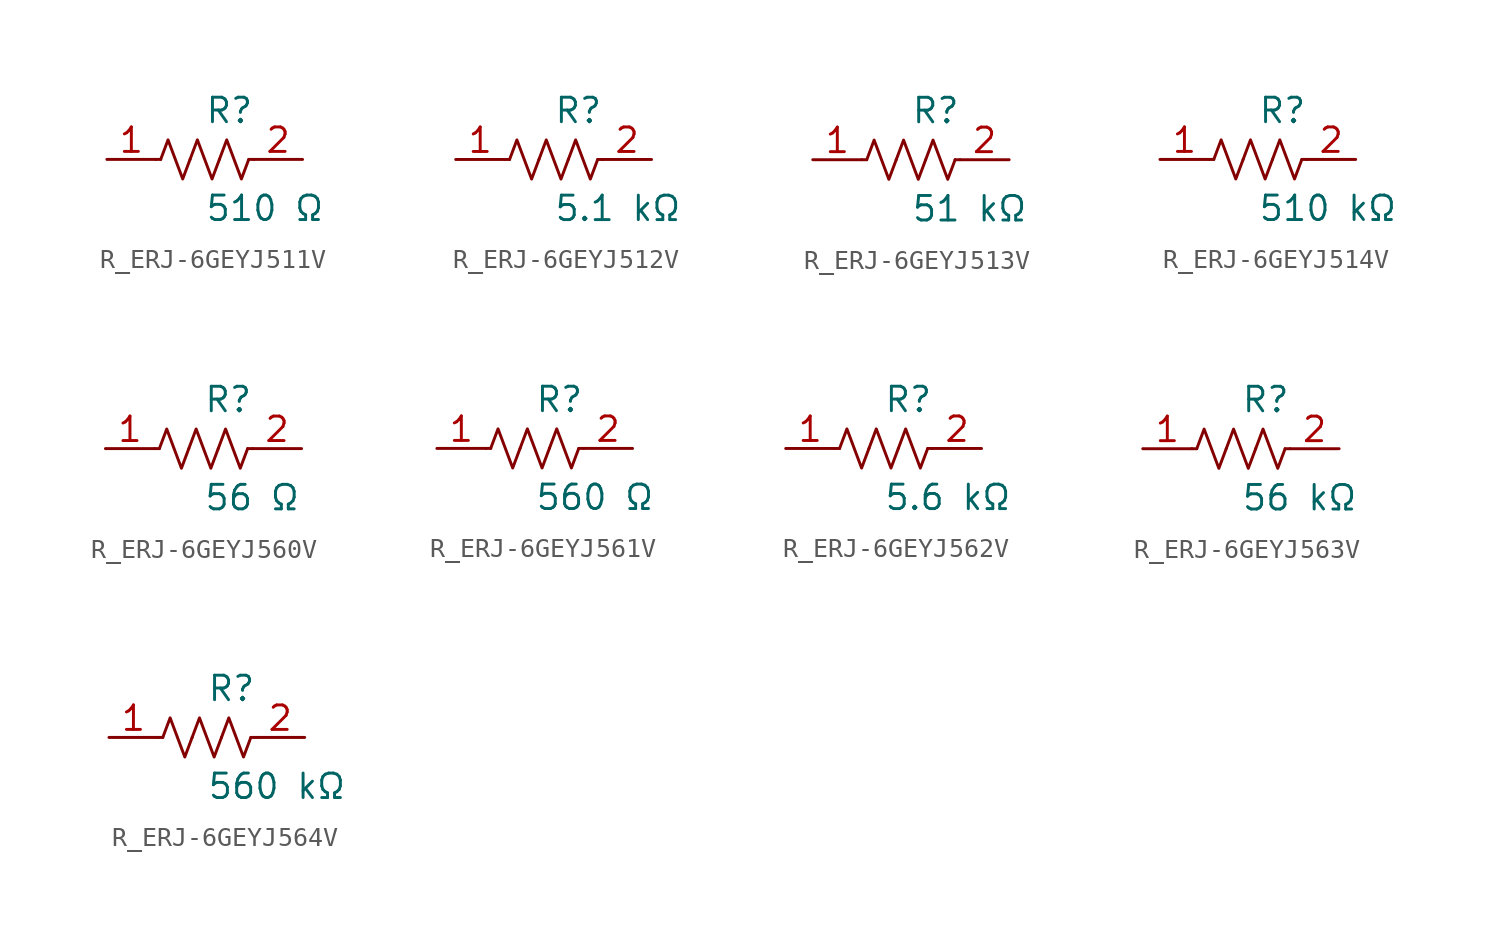
<source format=kicad_sym>
(kicad_symbol_lib
  (version 20231120)
  (generator kicad_symbol_editor)
  (generator_version 8.0)
  (symbol "R_ERJ-6GEYJ511V"
    (pin_names
      (offset 0.254))
    (property "Reference" "R"
      (at 0 2.54 0)
      (effects (font (size 1.27 1.27)) (justify left)))
    (property "Value" "510 Ω"
      (at 0 -2.54 0)
      (effects (font (size 1.27 1.27)) (justify left)))
    (symbol "R_ERJ-6GEYJ511V_0_1"
      (polyline (pts (xy 2.286 0) (xy 2.54 0)) (stroke (width 0) (type default)) (fill (type none)))
      (polyline (pts (xy -2.286 0) (xy -2.54 0)) (stroke (width 0) (type default)) (fill (type none)))
      (polyline (pts (xy 0.762 0) (xy 1.143 1.016) (xy 1.524 0) (xy 1.905 -1.016) (xy 2.286 0)) (stroke (width 0) (type default)) (fill (type none)))
      (polyline (pts (xy -0.762 0) (xy -0.381 1.016) (xy 0 0) (xy 0.381 -1.016) (xy 0.762 0)) (stroke (width 0) (type default)) (fill (type none)))
      (polyline (pts (xy -2.286 0) (xy -1.905 1.016) (xy -1.524 0) (xy -1.143 -1.016) (xy -0.762 0)) (stroke (width 0) (type default)) (fill (type none))))
    (pin passive line
      (at -5.08 0 0)
      (length 2.54)
      (name "" (effects (font (size 1.27 1.27))))
      (number "1" (effects (font (size 1.27 1.27)))))
    (pin passive line
      (at 5.08 0 180)
      (length 2.54)
      (name "" (effects (font (size 1.27 1.27))))
      (number "2" (effects (font (size 1.27 1.27))))))
  (symbol "R_ERJ-6GEYJ512V"
    (pin_names
      (offset 0.254))
    (property "Reference" "R"
      (at 0 2.54 0)
      (effects (font (size 1.27 1.27)) (justify left)))
    (property "Value" "5.1 kΩ"
      (at 0 -2.54 0)
      (effects (font (size 1.27 1.27)) (justify left)))
    (symbol "R_ERJ-6GEYJ512V_0_1"
      (polyline (pts (xy 2.286 0) (xy 2.54 0)) (stroke (width 0) (type default)) (fill (type none)))
      (polyline (pts (xy -2.286 0) (xy -2.54 0)) (stroke (width 0) (type default)) (fill (type none)))
      (polyline (pts (xy 0.762 0) (xy 1.143 1.016) (xy 1.524 0) (xy 1.905 -1.016) (xy 2.286 0)) (stroke (width 0) (type default)) (fill (type none)))
      (polyline (pts (xy -0.762 0) (xy -0.381 1.016) (xy 0 0) (xy 0.381 -1.016) (xy 0.762 0)) (stroke (width 0) (type default)) (fill (type none)))
      (polyline (pts (xy -2.286 0) (xy -1.905 1.016) (xy -1.524 0) (xy -1.143 -1.016) (xy -0.762 0)) (stroke (width 0) (type default)) (fill (type none))))
    (pin passive line
      (at -5.08 0 0)
      (length 2.54)
      (name "" (effects (font (size 1.27 1.27))))
      (number "1" (effects (font (size 1.27 1.27)))))
    (pin passive line
      (at 5.08 0 180)
      (length 2.54)
      (name "" (effects (font (size 1.27 1.27))))
      (number "2" (effects (font (size 1.27 1.27))))))
  (symbol "R_ERJ-6GEYJ513V"
    (pin_names
      (offset 0.254))
    (property "Reference" "R"
      (at 0 2.54 0)
      (effects (font (size 1.27 1.27)) (justify left)))
    (property "Value" "51 kΩ"
      (at 0 -2.54 0)
      (effects (font (size 1.27 1.27)) (justify left)))
    (symbol "R_ERJ-6GEYJ513V_0_1"
      (polyline (pts (xy 2.286 0) (xy 2.54 0)) (stroke (width 0) (type default)) (fill (type none)))
      (polyline (pts (xy -2.286 0) (xy -2.54 0)) (stroke (width 0) (type default)) (fill (type none)))
      (polyline (pts (xy 0.762 0) (xy 1.143 1.016) (xy 1.524 0) (xy 1.905 -1.016) (xy 2.286 0)) (stroke (width 0) (type default)) (fill (type none)))
      (polyline (pts (xy -0.762 0) (xy -0.381 1.016) (xy 0 0) (xy 0.381 -1.016) (xy 0.762 0)) (stroke (width 0) (type default)) (fill (type none)))
      (polyline (pts (xy -2.286 0) (xy -1.905 1.016) (xy -1.524 0) (xy -1.143 -1.016) (xy -0.762 0)) (stroke (width 0) (type default)) (fill (type none))))
    (pin passive line
      (at -5.08 0 0)
      (length 2.54)
      (name "" (effects (font (size 1.27 1.27))))
      (number "1" (effects (font (size 1.27 1.27)))))
    (pin passive line
      (at 5.08 0 180)
      (length 2.54)
      (name "" (effects (font (size 1.27 1.27))))
      (number "2" (effects (font (size 1.27 1.27))))))
  (symbol "R_ERJ-6GEYJ514V"
    (pin_names
      (offset 0.254))
    (property "Reference" "R"
      (at 0 2.54 0)
      (effects (font (size 1.27 1.27)) (justify left)))
    (property "Value" "510 kΩ"
      (at 0 -2.54 0)
      (effects (font (size 1.27 1.27)) (justify left)))
    (symbol "R_ERJ-6GEYJ514V_0_1"
      (polyline (pts (xy 2.286 0) (xy 2.54 0)) (stroke (width 0) (type default)) (fill (type none)))
      (polyline (pts (xy -2.286 0) (xy -2.54 0)) (stroke (width 0) (type default)) (fill (type none)))
      (polyline (pts (xy 0.762 0) (xy 1.143 1.016) (xy 1.524 0) (xy 1.905 -1.016) (xy 2.286 0)) (stroke (width 0) (type default)) (fill (type none)))
      (polyline (pts (xy -0.762 0) (xy -0.381 1.016) (xy 0 0) (xy 0.381 -1.016) (xy 0.762 0)) (stroke (width 0) (type default)) (fill (type none)))
      (polyline (pts (xy -2.286 0) (xy -1.905 1.016) (xy -1.524 0) (xy -1.143 -1.016) (xy -0.762 0)) (stroke (width 0) (type default)) (fill (type none))))
    (pin passive line
      (at -5.08 0 0)
      (length 2.54)
      (name "" (effects (font (size 1.27 1.27))))
      (number "1" (effects (font (size 1.27 1.27)))))
    (pin passive line
      (at 5.08 0 180)
      (length 2.54)
      (name "" (effects (font (size 1.27 1.27))))
      (number "2" (effects (font (size 1.27 1.27))))))
  (symbol "R_ERJ-6GEYJ560V"
    (pin_names
      (offset 0.254))
    (property "Reference" "R"
      (at 0 2.54 0)
      (effects (font (size 1.27 1.27)) (justify left)))
    (property "Value" "56 Ω"
      (at 0 -2.54 0)
      (effects (font (size 1.27 1.27)) (justify left)))
    (symbol "R_ERJ-6GEYJ560V_0_1"
      (polyline (pts (xy 2.286 0) (xy 2.54 0)) (stroke (width 0) (type default)) (fill (type none)))
      (polyline (pts (xy -2.286 0) (xy -2.54 0)) (stroke (width 0) (type default)) (fill (type none)))
      (polyline (pts (xy 0.762 0) (xy 1.143 1.016) (xy 1.524 0) (xy 1.905 -1.016) (xy 2.286 0)) (stroke (width 0) (type default)) (fill (type none)))
      (polyline (pts (xy -0.762 0) (xy -0.381 1.016) (xy 0 0) (xy 0.381 -1.016) (xy 0.762 0)) (stroke (width 0) (type default)) (fill (type none)))
      (polyline (pts (xy -2.286 0) (xy -1.905 1.016) (xy -1.524 0) (xy -1.143 -1.016) (xy -0.762 0)) (stroke (width 0) (type default)) (fill (type none))))
    (pin passive line
      (at -5.08 0 0)
      (length 2.54)
      (name "" (effects (font (size 1.27 1.27))))
      (number "1" (effects (font (size 1.27 1.27)))))
    (pin passive line
      (at 5.08 0 180)
      (length 2.54)
      (name "" (effects (font (size 1.27 1.27))))
      (number "2" (effects (font (size 1.27 1.27))))))
  (symbol "R_ERJ-6GEYJ561V"
    (pin_names
      (offset 0.254))
    (property "Reference" "R"
      (at 0 2.54 0)
      (effects (font (size 1.27 1.27)) (justify left)))
    (property "Value" "560 Ω"
      (at 0 -2.54 0)
      (effects (font (size 1.27 1.27)) (justify left)))
    (symbol "R_ERJ-6GEYJ561V_0_1"
      (polyline (pts (xy 2.286 0) (xy 2.54 0)) (stroke (width 0) (type default)) (fill (type none)))
      (polyline (pts (xy -2.286 0) (xy -2.54 0)) (stroke (width 0) (type default)) (fill (type none)))
      (polyline (pts (xy 0.762 0) (xy 1.143 1.016) (xy 1.524 0) (xy 1.905 -1.016) (xy 2.286 0)) (stroke (width 0) (type default)) (fill (type none)))
      (polyline (pts (xy -0.762 0) (xy -0.381 1.016) (xy 0 0) (xy 0.381 -1.016) (xy 0.762 0)) (stroke (width 0) (type default)) (fill (type none)))
      (polyline (pts (xy -2.286 0) (xy -1.905 1.016) (xy -1.524 0) (xy -1.143 -1.016) (xy -0.762 0)) (stroke (width 0) (type default)) (fill (type none))))
    (pin passive line
      (at -5.08 0 0)
      (length 2.54)
      (name "" (effects (font (size 1.27 1.27))))
      (number "1" (effects (font (size 1.27 1.27)))))
    (pin passive line
      (at 5.08 0 180)
      (length 2.54)
      (name "" (effects (font (size 1.27 1.27))))
      (number "2" (effects (font (size 1.27 1.27))))))
  (symbol "R_ERJ-6GEYJ562V"
    (pin_names
      (offset 0.254))
    (property "Reference" "R"
      (at 0 2.54 0)
      (effects (font (size 1.27 1.27)) (justify left)))
    (property "Value" "5.6 kΩ"
      (at 0 -2.54 0)
      (effects (font (size 1.27 1.27)) (justify left)))
    (symbol "R_ERJ-6GEYJ562V_0_1"
      (polyline (pts (xy 2.286 0) (xy 2.54 0)) (stroke (width 0) (type default)) (fill (type none)))
      (polyline (pts (xy -2.286 0) (xy -2.54 0)) (stroke (width 0) (type default)) (fill (type none)))
      (polyline (pts (xy 0.762 0) (xy 1.143 1.016) (xy 1.524 0) (xy 1.905 -1.016) (xy 2.286 0)) (stroke (width 0) (type default)) (fill (type none)))
      (polyline (pts (xy -0.762 0) (xy -0.381 1.016) (xy 0 0) (xy 0.381 -1.016) (xy 0.762 0)) (stroke (width 0) (type default)) (fill (type none)))
      (polyline (pts (xy -2.286 0) (xy -1.905 1.016) (xy -1.524 0) (xy -1.143 -1.016) (xy -0.762 0)) (stroke (width 0) (type default)) (fill (type none))))
    (pin passive line
      (at -5.08 0 0)
      (length 2.54)
      (name "" (effects (font (size 1.27 1.27))))
      (number "1" (effects (font (size 1.27 1.27)))))
    (pin passive line
      (at 5.08 0 180)
      (length 2.54)
      (name "" (effects (font (size 1.27 1.27))))
      (number "2" (effects (font (size 1.27 1.27))))))
  (symbol "R_ERJ-6GEYJ563V"
    (pin_names
      (offset 0.254))
    (property "Reference" "R"
      (at 0 2.54 0)
      (effects (font (size 1.27 1.27)) (justify left)))
    (property "Value" "56 kΩ"
      (at 0 -2.54 0)
      (effects (font (size 1.27 1.27)) (justify left)))
    (symbol "R_ERJ-6GEYJ563V_0_1"
      (polyline (pts (xy 2.286 0) (xy 2.54 0)) (stroke (width 0) (type default)) (fill (type none)))
      (polyline (pts (xy -2.286 0) (xy -2.54 0)) (stroke (width 0) (type default)) (fill (type none)))
      (polyline (pts (xy 0.762 0) (xy 1.143 1.016) (xy 1.524 0) (xy 1.905 -1.016) (xy 2.286 0)) (stroke (width 0) (type default)) (fill (type none)))
      (polyline (pts (xy -0.762 0) (xy -0.381 1.016) (xy 0 0) (xy 0.381 -1.016) (xy 0.762 0)) (stroke (width 0) (type default)) (fill (type none)))
      (polyline (pts (xy -2.286 0) (xy -1.905 1.016) (xy -1.524 0) (xy -1.143 -1.016) (xy -0.762 0)) (stroke (width 0) (type default)) (fill (type none))))
    (pin passive line
      (at -5.08 0 0)
      (length 2.54)
      (name "" (effects (font (size 1.27 1.27))))
      (number "1" (effects (font (size 1.27 1.27)))))
    (pin passive line
      (at 5.08 0 180)
      (length 2.54)
      (name "" (effects (font (size 1.27 1.27))))
      (number "2" (effects (font (size 1.27 1.27))))))
  (symbol "R_ERJ-6GEYJ564V"
    (pin_names
      (offset 0.254))
    (property "Reference" "R"
      (at 0 2.54 0)
      (effects (font (size 1.27 1.27)) (justify left)))
    (property "Value" "560 kΩ"
      (at 0 -2.54 0)
      (effects (font (size 1.27 1.27)) (justify left)))
    (symbol "R_ERJ-6GEYJ564V_0_1"
      (polyline (pts (xy 2.286 0) (xy 2.54 0)) (stroke (width 0) (type default)) (fill (type none)))
      (polyline (pts (xy -2.286 0) (xy -2.54 0)) (stroke (width 0) (type default)) (fill (type none)))
      (polyline (pts (xy 0.762 0) (xy 1.143 1.016) (xy 1.524 0) (xy 1.905 -1.016) (xy 2.286 0)) (stroke (width 0) (type default)) (fill (type none)))
      (polyline (pts (xy -0.762 0) (xy -0.381 1.016) (xy 0 0) (xy 0.381 -1.016) (xy 0.762 0)) (stroke (width 0) (type default)) (fill (type none)))
      (polyline (pts (xy -2.286 0) (xy -1.905 1.016) (xy -1.524 0) (xy -1.143 -1.016) (xy -0.762 0)) (stroke (width 0) (type default)) (fill (type none))))
    (pin passive line
      (at -5.08 0 0)
      (length 2.54)
      (name "" (effects (font (size 1.27 1.27))))
      (number "1" (effects (font (size 1.27 1.27)))))
    (pin passive line
      (at 5.08 0 180)
      (length 2.54)
      (name "" (effects (font (size 1.27 1.27))))
      (number "2" (effects (font (size 1.27 1.27)))))))
</source>
